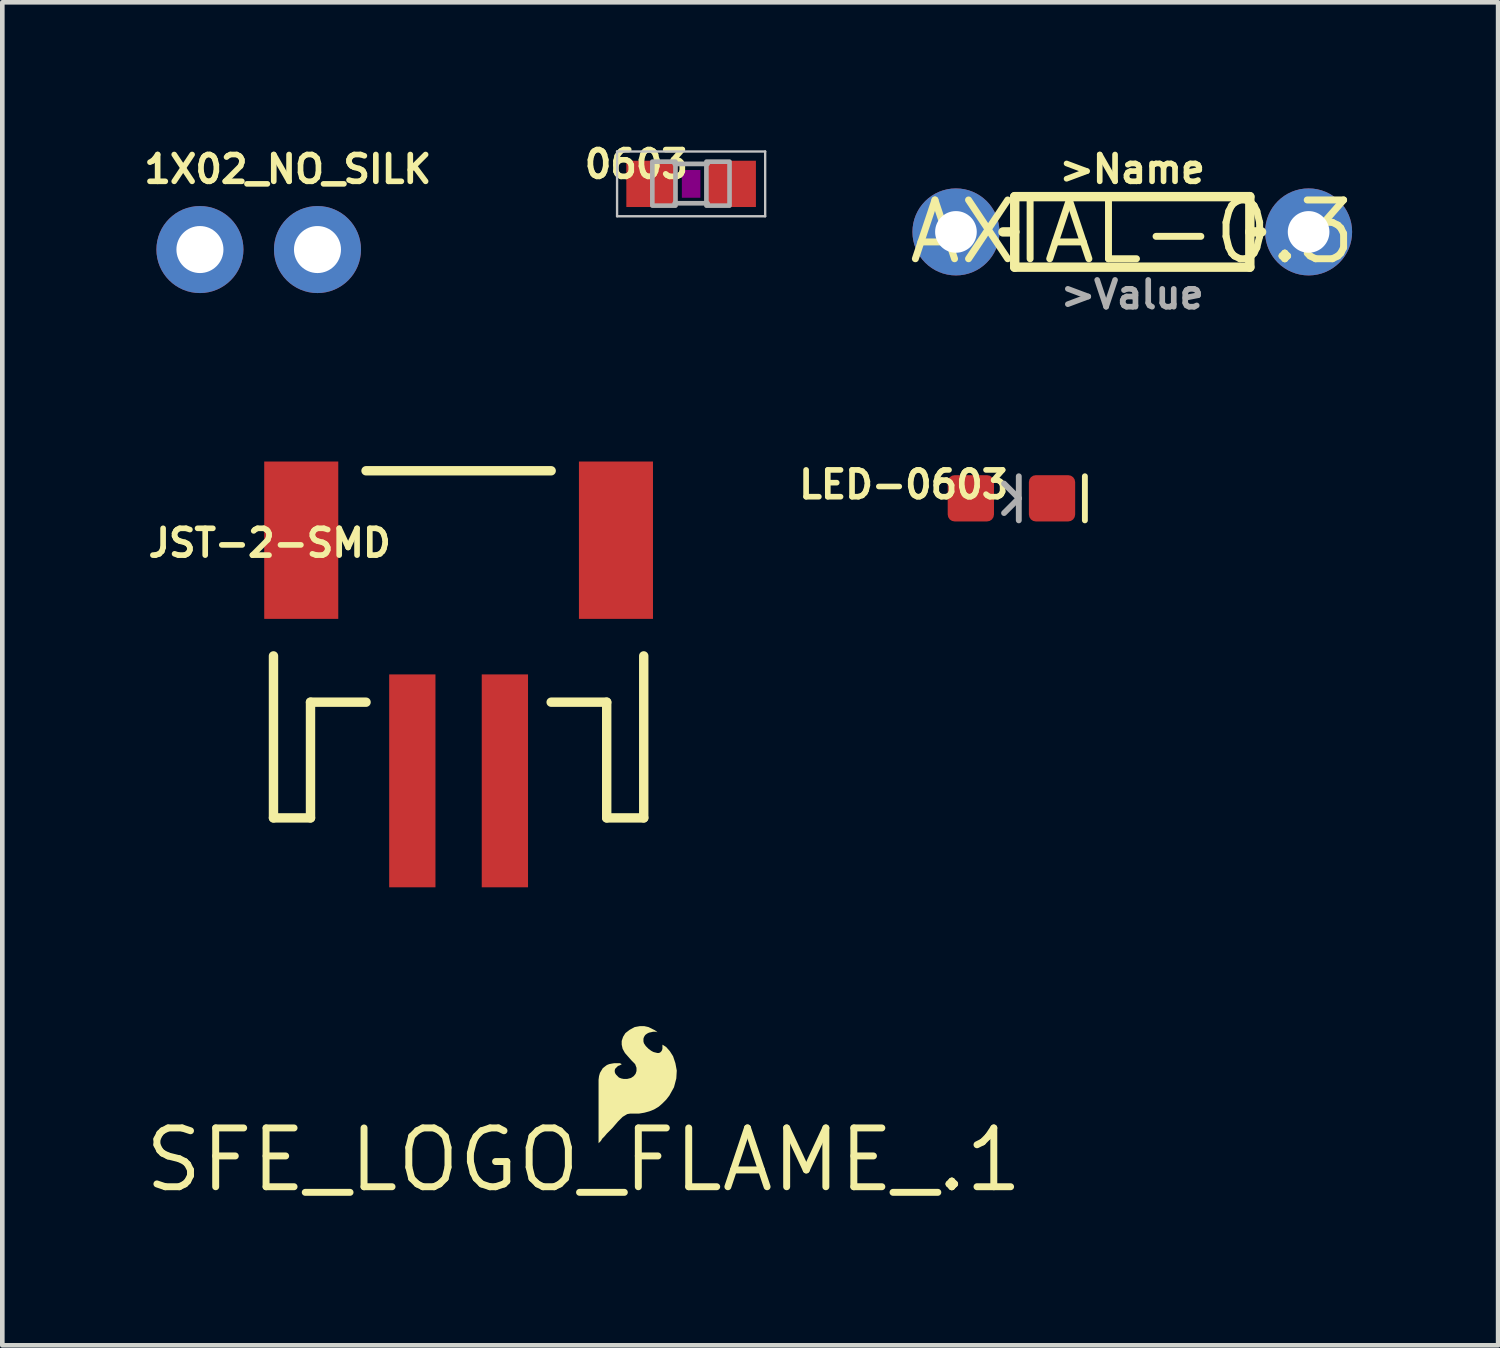
<source format=kicad_pcb>
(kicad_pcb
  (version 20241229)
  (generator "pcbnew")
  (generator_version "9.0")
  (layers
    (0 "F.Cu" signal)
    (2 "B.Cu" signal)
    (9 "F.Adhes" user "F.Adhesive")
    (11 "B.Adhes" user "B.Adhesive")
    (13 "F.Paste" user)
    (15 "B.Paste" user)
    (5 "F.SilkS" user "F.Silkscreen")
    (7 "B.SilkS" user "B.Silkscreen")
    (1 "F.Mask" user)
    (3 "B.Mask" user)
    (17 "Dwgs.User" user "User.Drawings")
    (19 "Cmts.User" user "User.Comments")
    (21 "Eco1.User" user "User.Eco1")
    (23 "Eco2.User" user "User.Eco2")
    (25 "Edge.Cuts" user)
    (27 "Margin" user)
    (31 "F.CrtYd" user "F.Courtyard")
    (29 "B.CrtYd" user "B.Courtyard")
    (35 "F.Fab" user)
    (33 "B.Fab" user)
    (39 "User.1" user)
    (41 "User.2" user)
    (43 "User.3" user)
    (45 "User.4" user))
  (footprint "SFE_LOGO_FLAME_.1"
    (layer "F.Cu")
    (at 9.563 22.012)
    (property "Reference" "SFE_LOGO_FLAME_.1" (at 0 0 0) (layer "F.SilkS") (effects (font (size 1.27 1.27) (thickness 0.15))))
    (attr through_hole)
    (fp_poly (pts (xy 1.7 -2.49) (xy 1.7 -2.4) (xy 1.69 -2.37) (xy 1.68 -2.35) (xy 1.65 -2.32) (xy 1.62 -2.31) (xy 1.59 -2.31) (xy 1.51 -2.33) (xy 1.47 -2.35) (xy 1.44 -2.37) (xy 1.4 -2.4) (xy 1.34 -2.46) (xy 1.3 -2.52) (xy 1.29 -2.56) (xy 1.29 -2.62) (xy 1.3 -2.65) (xy 1.31 -2.67) (xy 1.33 -2.7) (xy 1.37 -2.73) (xy 1.41 -2.75) (xy 1.46 -2.76) (xy 1.5 -2.77) (xy 1.56 -2.77) (xy 1.58 -2.76) (xy 1.59 -2.76) (xy 1.58 -2.77) (xy 1.54 -2.8) (xy 1.4 -2.87) (xy 1.31 -2.89) (xy 1.21 -2.89) (xy 1.1 -2.87) (xy 0.99 -2.81) (xy 0.9 -2.74) (xy 0.85 -2.66) (xy 0.82 -2.57) (xy 0.82 -2.49) (xy 0.84 -2.4) (xy 0.89 -2.31) (xy 0.96 -2.23) (xy 1.04 -2.14) (xy 1.11 -2.07) (xy 1.14 -1.99) (xy 1.14 -1.92) (xy 1.12 -1.86) (xy 1.08 -1.81) (xy 1.02 -1.77) (xy 0.94 -1.75) (xy 0.86 -1.75) (xy 0.81 -1.76) (xy 0.76 -1.78) (xy 0.7 -1.84) (xy 0.68 -1.87) (xy 0.67 -1.9) (xy 0.67 -1.94) (xy 0.68 -1.97) (xy 0.74 -2.03) (xy 0.77 -2.04) (xy 0.81 -2.06) (xy 0.82 -2.07) (xy 0.78 -2.09) (xy 0.66 -2.09) (xy 0.6 -2.08) (xy 0.55 -2.07) (xy 0.5 -2.05) (xy 0.46 -2.02) (xy 0.41 -1.98) (xy 0.35 -1.88) (xy 0.33 -1.81) (xy 0.32 -1.73) (xy 0.32 -0.36) (xy 0.37 -0.41) (xy 0.4 -0.46) (xy 0.45 -0.51) (xy 0.5 -0.57) (xy 0.62 -0.69) (xy 0.74 -0.83) (xy 0.84 -0.93) (xy 0.94 -0.99) (xy 1 -1) (xy 1.19 -1) (xy 1.31 -1.02) (xy 1.42 -1.05) (xy 1.52 -1.09) (xy 1.62 -1.15) (xy 1.7 -1.22) (xy 1.78 -1.3) (xy 1.85 -1.39) (xy 1.95 -1.57) (xy 2 -1.76) (xy 2.01 -1.93) (xy 1.98 -2.09) (xy 1.93 -2.24) (xy 1.86 -2.35) (xy 1.78 -2.44)) (stroke (width 0) (type solid)) (fill yes) (layer "F.SilkS")))
  (footprint "JST-2-SMD"
    (layer "F.Cu")
    (at 6.859 10.122)
    (property "Reference" "JST-2-SMD" (at -1.397 -1.778 0) (layer "F.SilkS") (effects (font (size 0.579 0.579) (thickness 0.122)) (justify right top)))
    (attr through_hole)
    (fp_line (start -4 1) (end -4 4.5) (stroke (width 0.203) (type solid)) (layer "F.SilkS"))
    (fp_line (start -4 4.5) (end -3.2 4.5) (stroke (width 0.203) (type solid)) (layer "F.SilkS"))
    (fp_line (start -3.2 2) (end -2 2) (stroke (width 0.203) (type solid)) (layer "F.SilkS"))
    (fp_line (start -3.2 4.5) (end -3.2 2) (stroke (width 0.203) (type solid)) (layer "F.SilkS"))
    (fp_line (start 2 -3) (end -2 -3) (stroke (width 0.203) (type solid)) (layer "F.SilkS"))
    (fp_line (start 2 2) (end 3.2 2) (stroke (width 0.203) (type solid)) (layer "F.SilkS"))
    (fp_line (start 3.2 2) (end 3.2 4.5) (stroke (width 0.203) (type solid)) (layer "F.SilkS"))
    (fp_line (start 3.2 4.5) (end 4 4.5) (stroke (width 0.203) (type solid)) (layer "F.SilkS"))
    (fp_line (start 4 4.5) (end 4 1) (stroke (width 0.203) (type solid)) (layer "F.SilkS"))
    (pad "1" smd rect (at -1 3.7) (size 1 4.6) (layers "F.Cu" "F.Mask" "F.Paste"))
    (pad "2" smd rect (at 1 3.7) (size 1 4.6) (layers "F.Cu" "F.Mask" "F.Paste"))
    (pad "NC1" smd rect (at -3.4 -1.5 90) (size 3.4 1.6) (layers "F.Cu" "F.Mask" "F.Paste"))
    (pad "NC2" smd rect (at 3.4 -1.5 90) (size 3.4 1.6) (layers "F.Cu" "F.Mask" "F.Paste")))
  (footprint "AXIAL-0.3"
    (layer "F.Cu")
    (at 21.415 1.961)
    (property "Reference" "AXIAL-0.3" (at 0 0 0) (layer "F.SilkS") (effects (font (size 1.27 1.27) (thickness 0.15))))
    (attr through_hole)
    (fp_line (start -2.54 -0.762) (end 2.54 -0.762) (stroke (width 0.203) (type solid)) (layer "F.SilkS"))
    (fp_line (start -2.54 0) (end -2.794 0) (stroke (width 0.203) (type solid)) (layer "F.SilkS"))
    (fp_line (start -2.54 0) (end -2.54 -0.762) (stroke (width 0.203) (type solid)) (layer "F.SilkS"))
    (fp_line (start -2.54 0.762) (end -2.54 0) (stroke (width 0.203) (type solid)) (layer "F.SilkS"))
    (fp_line (start 2.54 -0.762) (end 2.54 0) (stroke (width 0.203) (type solid)) (layer "F.SilkS"))
    (fp_line (start 2.54 0) (end 2.54 0.762) (stroke (width 0.203) (type solid)) (layer "F.SilkS"))
    (fp_line (start 2.54 0) (end 2.794 0) (stroke (width 0.203) (type solid)) (layer "F.SilkS"))
    (fp_line (start 2.54 0.762) (end -2.54 0.762) (stroke (width 0.203) (type solid)) (layer "F.SilkS"))
    (fp_text user ">Name" (at 0 -1.016 0) (layer "F.SilkS") (effects (font (size 0.579 0.579) (thickness 0.122)) (justify bottom)))
    (fp_text user ">Value" (at 0 1.016 0) (layer "F.Fab") (effects (font (size 0.579 0.579) (thickness 0.122)) (justify top)))
    (pad "P$1" thru_hole circle (at -3.81 0) (size 1.88 1.88) (drill 0.9) (layers "*.Cu" "*.Mask"))
    (pad "P$2" thru_hole circle (at 3.81 0) (size 1.88 1.88) (drill 0.9) (layers "*.Cu" "*.Mask")))
  (footprint "1X02_NO_SILK"
    (layer "F.Cu")
    (at 1.27 2.342)
    (property "Reference" "1X02_NO_SILK" (at -1.27 -1.397 0) (layer "F.SilkS") (effects (font (size 0.579 0.579) (thickness 0.122)) (justify left bottom)))
    (attr through_hole)
    (fp_poly (pts (xy -0.254 0.254) (xy 0.254 0.254) (xy 0.254 -0.254) (xy -0.254 -0.254)) (stroke (width 0.1) (type solid)) (fill no) (layer "F.Fab"))
    (fp_poly (pts (xy 2.286 0.254) (xy 2.794 0.254) (xy 2.794 -0.254) (xy 2.286 -0.254)) (stroke (width 0.1) (type solid)) (fill no) (layer "F.Fab"))
    (pad "1" thru_hole circle (at 0 0 90) (size 1.88 1.88) (drill 1.016) (layers "*.Cu" "*.Mask"))
    (pad "2" thru_hole circle (at 2.54 0 90) (size 1.88 1.88) (drill 1.016) (layers "*.Cu" "*.Mask")))
  (footprint "0603"
    (layer "F.Cu")
    (at 11.883 0.923)
    (property "Reference" "0603" (at 0 -0.762 0) (layer "F.SilkS") (effects (font (size 0.579 0.579) (thickness 0.122)) (justify right top)))
    (attr through_hole)
    (fp_poly (pts (xy -0.2 0.3) (xy 0.2 0.3) (xy 0.2 -0.3) (xy -0.2 -0.3)) (stroke (width 0) (type solid)) (fill yes) (layer "F.Adhes"))
    (fp_line (start -1.6 -0.7) (end 1.6 -0.7) (stroke (width 0.051) (type solid)) (layer "Dwgs.User"))
    (fp_line (start -1.6 0.7) (end -1.6 -0.7) (stroke (width 0.051) (type solid)) (layer "Dwgs.User"))
    (fp_line (start 1.6 -0.7) (end 1.6 0.7) (stroke (width 0.051) (type solid)) (layer "Dwgs.User"))
    (fp_line (start 1.6 0.7) (end -1.6 0.7) (stroke (width 0.051) (type solid)) (layer "Dwgs.User"))
    (fp_line (start -0.356 -0.432) (end 0.356 -0.432) (stroke (width 0.102) (type solid)) (layer "F.Fab"))
    (fp_line (start -0.356 0.419) (end 0.356 0.419) (stroke (width 0.102) (type solid)) (layer "F.Fab"))
    (fp_poly (pts (xy -0.838 0.47) (xy -0.338 0.47) (xy -0.338 -0.48) (xy -0.838 -0.48)) (stroke (width 0.1) (type solid)) (fill no) (layer "F.Fab"))
    (fp_poly (pts (xy 0.33 0.47) (xy 0.83 0.47) (xy 0.83 -0.48) (xy 0.33 -0.48)) (stroke (width 0.1) (type solid)) (fill no) (layer "F.Fab"))
    (pad "1" smd rect (at -0.85 0) (size 1.1 1) (layers "F.Cu" "F.Mask" "F.Paste"))
    (pad "2" smd rect (at 0.85 0) (size 1.1 1) (layers "F.Cu" "F.Mask" "F.Paste")))
  (footprint "LED-0603"
    (layer "F.Cu")
    (at 18.804 7.717)
    (property "Reference" "LED-0603" (at 0 -0.635 0) (layer "F.SilkS") (effects (font (size 0.579 0.579) (thickness 0.122)) (justify right top)))
    (attr through_hole)
    (fp_line (start 1.587 -0.476) (end 1.587 0.476) (stroke (width 0.127) (type solid)) (layer "F.SilkS"))
    (fp_line (start 0.159 -0.476) (end 0.159 0) (stroke (width 0.127) (type solid)) (layer "F.Fab"))
    (fp_line (start 0.159 0) (end -0.159 -0.318) (stroke (width 0.127) (type solid)) (layer "F.Fab"))
    (fp_line (start 0.159 0) (end -0.159 0.318) (stroke (width 0.127) (type solid)) (layer "F.Fab"))
    (fp_line (start 0.159 0) (end 0.159 0.476) (stroke (width 0.127) (type solid)) (layer "F.Fab"))
    (pad "A" smd roundrect (at -0.877 0 270) (size 1 1) (layers "F.Cu" "F.Mask" "F.Paste") (roundrect_rratio 0.15))
    (pad "C" smd roundrect (at 0.877 0 270) (size 1 1) (layers "F.Cu" "F.Mask" "F.Paste") (roundrect_rratio 0.15)))
  (gr_rect
    (start -3 -3)
    (end 29.32 26.018)
    (stroke (width 0.1) (type default))
    (fill no)
    (layer "Edge.Cuts")))
</source>
